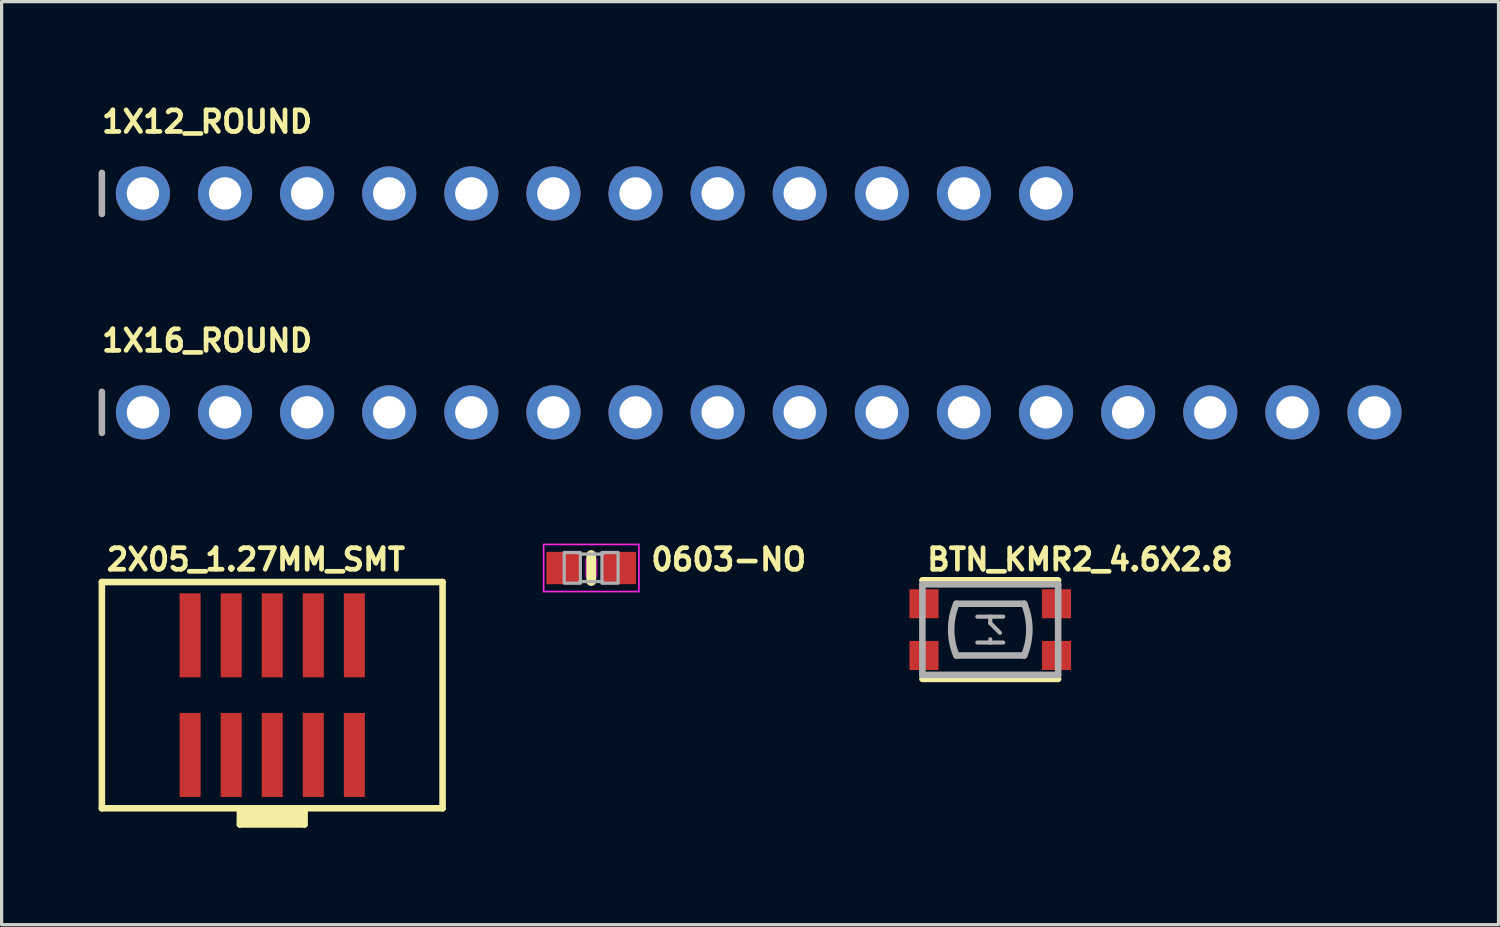
<source format=kicad_pcb>
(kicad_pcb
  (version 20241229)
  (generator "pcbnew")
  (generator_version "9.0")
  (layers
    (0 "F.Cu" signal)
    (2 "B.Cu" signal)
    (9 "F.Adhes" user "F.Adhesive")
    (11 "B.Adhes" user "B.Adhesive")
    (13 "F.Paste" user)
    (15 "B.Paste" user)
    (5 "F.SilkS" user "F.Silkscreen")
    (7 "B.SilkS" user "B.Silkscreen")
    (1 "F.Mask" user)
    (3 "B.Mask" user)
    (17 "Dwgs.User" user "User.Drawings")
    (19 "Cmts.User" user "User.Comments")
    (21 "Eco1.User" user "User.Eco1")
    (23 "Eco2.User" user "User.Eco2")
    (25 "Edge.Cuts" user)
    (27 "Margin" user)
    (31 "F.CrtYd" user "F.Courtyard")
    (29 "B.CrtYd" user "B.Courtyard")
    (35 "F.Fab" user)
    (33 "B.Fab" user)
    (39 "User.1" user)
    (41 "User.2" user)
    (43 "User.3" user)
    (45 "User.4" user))
  (footprint "1X16_ROUND"
    (layer "F.Cu")
    (at 20.422 9.707)
    (property "Reference" "1X16_ROUND" (at -20.396 -1.829 0) (layer "F.SilkS") (effects (font (size 0.666 0.666) (thickness 0.146)) (justify left bottom)))
    (fp_line (start -20.32 -0.635) (end -20.32 0.635) (stroke (width 0.203) (type solid)) (layer "F.Fab"))
    (fp_poly (pts (xy -19.304 0.254) (xy -18.796 0.254) (xy -18.796 -0.254) (xy -19.304 -0.254)) (stroke (width 0.1) (type solid)) (fill no) (layer "F.Fab"))
    (fp_poly (pts (xy -16.764 0.254) (xy -16.256 0.254) (xy -16.256 -0.254) (xy -16.764 -0.254)) (stroke (width 0.1) (type solid)) (fill no) (layer "F.Fab"))
    (fp_poly (pts (xy -14.224 0.254) (xy -13.716 0.254) (xy -13.716 -0.254) (xy -14.224 -0.254)) (stroke (width 0.1) (type solid)) (fill no) (layer "F.Fab"))
    (fp_poly (pts (xy -11.684 0.254) (xy -11.176 0.254) (xy -11.176 -0.254) (xy -11.684 -0.254)) (stroke (width 0.1) (type solid)) (fill no) (layer "F.Fab"))
    (fp_poly (pts (xy -9.144 0.254) (xy -8.636 0.254) (xy -8.636 -0.254) (xy -9.144 -0.254)) (stroke (width 0.1) (type solid)) (fill no) (layer "F.Fab"))
    (fp_poly (pts (xy -6.604 0.254) (xy -6.096 0.254) (xy -6.096 -0.254) (xy -6.604 -0.254)) (stroke (width 0.1) (type solid)) (fill no) (layer "F.Fab"))
    (fp_poly (pts (xy -4.064 0.254) (xy -3.556 0.254) (xy -3.556 -0.254) (xy -4.064 -0.254)) (stroke (width 0.1) (type solid)) (fill no) (layer "F.Fab"))
    (fp_poly (pts (xy -1.524 0.254) (xy -1.016 0.254) (xy -1.016 -0.254) (xy -1.524 -0.254)) (stroke (width 0.1) (type solid)) (fill no) (layer "F.Fab"))
    (fp_poly (pts (xy 1.016 0.254) (xy 1.524 0.254) (xy 1.524 -0.254) (xy 1.016 -0.254)) (stroke (width 0.1) (type solid)) (fill no) (layer "F.Fab"))
    (fp_poly (pts (xy 3.556 0.254) (xy 4.064 0.254) (xy 4.064 -0.254) (xy 3.556 -0.254)) (stroke (width 0.1) (type solid)) (fill no) (layer "F.Fab"))
    (fp_poly (pts (xy 6.096 0.254) (xy 6.604 0.254) (xy 6.604 -0.254) (xy 6.096 -0.254)) (stroke (width 0.1) (type solid)) (fill no) (layer "F.Fab"))
    (fp_poly (pts (xy 8.636 0.254) (xy 9.144 0.254) (xy 9.144 -0.254) (xy 8.636 -0.254)) (stroke (width 0.1) (type solid)) (fill no) (layer "F.Fab"))
    (fp_poly (pts (xy 11.176 0.254) (xy 11.684 0.254) (xy 11.684 -0.254) (xy 11.176 -0.254)) (stroke (width 0.1) (type solid)) (fill no) (layer "F.Fab"))
    (fp_poly (pts (xy 13.716 0.254) (xy 14.224 0.254) (xy 14.224 -0.254) (xy 13.716 -0.254)) (stroke (width 0.1) (type solid)) (fill no) (layer "F.Fab"))
    (fp_poly (pts (xy 16.256 0.254) (xy 16.764 0.254) (xy 16.764 -0.254) (xy 16.256 -0.254)) (stroke (width 0.1) (type solid)) (fill no) (layer "F.Fab"))
    (fp_poly (pts (xy 18.796 0.254) (xy 19.304 0.254) (xy 19.304 -0.254) (xy 18.796 -0.254)) (stroke (width 0.1) (type solid)) (fill no) (layer "F.Fab"))
    (pad "1" thru_hole circle (at -19.05 0 90) (size 1.676 1.676) (drill 1) (layers "*.Cu" "*.Mask"))
    (pad "2" thru_hole circle (at -16.51 0 90) (size 1.676 1.676) (drill 1) (layers "*.Cu" "*.Mask"))
    (pad "3" thru_hole circle (at -13.97 0 90) (size 1.676 1.676) (drill 1) (layers "*.Cu" "*.Mask"))
    (pad "4" thru_hole circle (at -11.43 0 90) (size 1.676 1.676) (drill 1) (layers "*.Cu" "*.Mask"))
    (pad "5" thru_hole circle (at -8.89 0 90) (size 1.676 1.676) (drill 1) (layers "*.Cu" "*.Mask"))
    (pad "6" thru_hole circle (at -6.35 0 90) (size 1.676 1.676) (drill 1) (layers "*.Cu" "*.Mask"))
    (pad "7" thru_hole circle (at -3.81 0 90) (size 1.676 1.676) (drill 1) (layers "*.Cu" "*.Mask"))
    (pad "8" thru_hole circle (at -1.27 0 90) (size 1.676 1.676) (drill 1) (layers "*.Cu" "*.Mask"))
    (pad "9" thru_hole circle (at 1.27 0 90) (size 1.676 1.676) (drill 1) (layers "*.Cu" "*.Mask"))
    (pad "10" thru_hole circle (at 3.81 0 90) (size 1.676 1.676) (drill 1) (layers "*.Cu" "*.Mask"))
    (pad "11" thru_hole circle (at 6.35 0 90) (size 1.676 1.676) (drill 1) (layers "*.Cu" "*.Mask"))
    (pad "12" thru_hole circle (at 8.89 0 90) (size 1.676 1.676) (drill 1) (layers "*.Cu" "*.Mask"))
    (pad "13" thru_hole circle (at 11.43 0 90) (size 1.676 1.676) (drill 1) (layers "*.Cu" "*.Mask"))
    (pad "14" thru_hole circle (at 13.97 0 90) (size 1.676 1.676) (drill 1) (layers "*.Cu" "*.Mask"))
    (pad "15" thru_hole circle (at 16.51 0 90) (size 1.676 1.676) (drill 1) (layers "*.Cu" "*.Mask"))
    (pad "16" thru_hole circle (at 19.05 0 90) (size 1.676 1.676) (drill 1) (layers "*.Cu" "*.Mask")))
  (footprint "1X12_ROUND"
    (layer "F.Cu")
    (at 15.342 2.934)
    (property "Reference" "1X12_ROUND" (at -15.316 -1.829 0) (layer "F.SilkS") (effects (font (size 0.666 0.666) (thickness 0.146)) (justify left bottom)))
    (fp_line (start -15.24 -0.635) (end -15.24 0.635) (stroke (width 0.203) (type solid)) (layer "F.Fab"))
    (fp_poly (pts (xy -14.224 0.254) (xy -13.716 0.254) (xy -13.716 -0.254) (xy -14.224 -0.254)) (stroke (width 0.1) (type solid)) (fill no) (layer "F.Fab"))
    (fp_poly (pts (xy -11.684 0.254) (xy -11.176 0.254) (xy -11.176 -0.254) (xy -11.684 -0.254)) (stroke (width 0.1) (type solid)) (fill no) (layer "F.Fab"))
    (fp_poly (pts (xy -9.144 0.254) (xy -8.636 0.254) (xy -8.636 -0.254) (xy -9.144 -0.254)) (stroke (width 0.1) (type solid)) (fill no) (layer "F.Fab"))
    (fp_poly (pts (xy -6.604 0.254) (xy -6.096 0.254) (xy -6.096 -0.254) (xy -6.604 -0.254)) (stroke (width 0.1) (type solid)) (fill no) (layer "F.Fab"))
    (fp_poly (pts (xy -4.064 0.254) (xy -3.556 0.254) (xy -3.556 -0.254) (xy -4.064 -0.254)) (stroke (width 0.1) (type solid)) (fill no) (layer "F.Fab"))
    (fp_poly (pts (xy -1.524 0.254) (xy -1.016 0.254) (xy -1.016 -0.254) (xy -1.524 -0.254)) (stroke (width 0.1) (type solid)) (fill no) (layer "F.Fab"))
    (fp_poly (pts (xy 1.016 0.254) (xy 1.524 0.254) (xy 1.524 -0.254) (xy 1.016 -0.254)) (stroke (width 0.1) (type solid)) (fill no) (layer "F.Fab"))
    (fp_poly (pts (xy 3.556 0.254) (xy 4.064 0.254) (xy 4.064 -0.254) (xy 3.556 -0.254)) (stroke (width 0.1) (type solid)) (fill no) (layer "F.Fab"))
    (fp_poly (pts (xy 6.096 0.254) (xy 6.604 0.254) (xy 6.604 -0.254) (xy 6.096 -0.254)) (stroke (width 0.1) (type solid)) (fill no) (layer "F.Fab"))
    (fp_poly (pts (xy 8.636 0.254) (xy 9.144 0.254) (xy 9.144 -0.254) (xy 8.636 -0.254)) (stroke (width 0.1) (type solid)) (fill no) (layer "F.Fab"))
    (fp_poly (pts (xy 11.176 0.254) (xy 11.684 0.254) (xy 11.684 -0.254) (xy 11.176 -0.254)) (stroke (width 0.1) (type solid)) (fill no) (layer "F.Fab"))
    (fp_poly (pts (xy 13.716 0.254) (xy 14.224 0.254) (xy 14.224 -0.254) (xy 13.716 -0.254)) (stroke (width 0.1) (type solid)) (fill no) (layer "F.Fab"))
    (pad "1" thru_hole circle (at -13.97 0 90) (size 1.676 1.676) (drill 1) (layers "*.Cu" "*.Mask"))
    (pad "2" thru_hole circle (at -11.43 0 90) (size 1.676 1.676) (drill 1) (layers "*.Cu" "*.Mask"))
    (pad "3" thru_hole circle (at -8.89 0 90) (size 1.676 1.676) (drill 1) (layers "*.Cu" "*.Mask"))
    (pad "4" thru_hole circle (at -6.35 0 90) (size 1.676 1.676) (drill 1) (layers "*.Cu" "*.Mask"))
    (pad "5" thru_hole circle (at -3.81 0 90) (size 1.676 1.676) (drill 1) (layers "*.Cu" "*.Mask"))
    (pad "6" thru_hole circle (at -1.27 0 90) (size 1.676 1.676) (drill 1) (layers "*.Cu" "*.Mask"))
    (pad "7" thru_hole circle (at 1.27 0 90) (size 1.676 1.676) (drill 1) (layers "*.Cu" "*.Mask"))
    (pad "8" thru_hole circle (at 3.81 0 90) (size 1.676 1.676) (drill 1) (layers "*.Cu" "*.Mask"))
    (pad "9" thru_hole circle (at 6.35 0 90) (size 1.676 1.676) (drill 1) (layers "*.Cu" "*.Mask"))
    (pad "10" thru_hole circle (at 8.89 0 90) (size 1.676 1.676) (drill 1) (layers "*.Cu" "*.Mask"))
    (pad "11" thru_hole circle (at 11.43 0 90) (size 1.676 1.676) (drill 1) (layers "*.Cu" "*.Mask"))
    (pad "12" thru_hole circle (at 13.97 0 90) (size 1.676 1.676) (drill 1) (layers "*.Cu" "*.Mask")))
  (footprint "2X05_1.27MM_SMT"
    (layer "F.Cu")
    (at 5.372 18.456)
    (property "Reference" "2X05_1.27MM_SMT" (at -5.199 -3.806 0) (layer "F.SilkS") (effects (font (size 0.666 0.666) (thickness 0.146)) (justify left bottom)))
    (fp_line (start -5.27 -3.5) (end 5.27 -3.5) (stroke (width 0.203) (type solid)) (layer "F.SilkS"))
    (fp_line (start -5.27 3.5) (end -5.27 -3.5) (stroke (width 0.203) (type solid)) (layer "F.SilkS"))
    (fp_line (start -1 3.5) (end -5.27 3.5) (stroke (width 0.203) (type solid)) (layer "F.SilkS"))
    (fp_line (start -1 3.5) (end -1 4) (stroke (width 0.203) (type solid)) (layer "F.SilkS"))
    (fp_line (start -1 4) (end 1 4) (stroke (width 0.203) (type solid)) (layer "F.SilkS"))
    (fp_line (start 1 3.5) (end -1 3.5) (stroke (width 0.203) (type solid)) (layer "F.SilkS"))
    (fp_line (start 1 4) (end 1 3.5) (stroke (width 0.203) (type solid)) (layer "F.SilkS"))
    (fp_line (start 5.27 -3.5) (end 5.27 3.5) (stroke (width 0.203) (type solid)) (layer "F.SilkS"))
    (fp_line (start 5.27 3.5) (end 1 3.5) (stroke (width 0.203) (type solid)) (layer "F.SilkS"))
    (fp_poly (pts (xy 1.079 4) (xy -1.079 4) (xy -1.079 3.493) (xy 1.079 3.493)) (stroke (width 0) (type solid)) (fill yes) (layer "F.SilkS"))
    (pad "1" smd rect (at -2.54 1.85) (size 0.65 2.6) (layers "F.Cu" "F.Mask" "F.Paste"))
    (pad "2" smd rect (at -2.54 -1.85) (size 0.65 2.6) (layers "F.Cu" "F.Mask" "F.Paste"))
    (pad "3" smd rect (at -1.27 1.85) (size 0.65 2.6) (layers "F.Cu" "F.Mask" "F.Paste"))
    (pad "4" smd rect (at -1.27 -1.85) (size 0.65 2.6) (layers "F.Cu" "F.Mask" "F.Paste"))
    (pad "5" smd rect (at 0 1.85) (size 0.65 2.6) (layers "F.Cu" "F.Mask" "F.Paste"))
    (pad "6" smd rect (at 0 -1.85) (size 0.65 2.6) (layers "F.Cu" "F.Mask" "F.Paste"))
    (pad "7" smd rect (at 1.27 1.85) (size 0.65 2.6) (layers "F.Cu" "F.Mask" "F.Paste"))
    (pad "8" smd rect (at 1.27 -1.85) (size 0.65 2.6) (layers "F.Cu" "F.Mask" "F.Paste"))
    (pad "9" smd rect (at 2.54 1.85) (size 0.65 2.6) (layers "F.Cu" "F.Mask" "F.Paste"))
    (pad "10" smd rect (at 2.54 -1.85) (size 0.65 2.6) (layers "F.Cu" "F.Mask" "F.Paste")))
  (footprint "BTN_KMR2_4.6X2.8"
    (layer "F.Cu")
    (at 27.586 16.428)
    (property "Reference" "BTN_KMR2_4.6X2.8" (at -2.032 -1.778 0) (layer "F.SilkS") (effects (font (size 0.666 0.666) (thickness 0.146)) (justify left bottom)))
    (fp_line (start -2.1 -1.525) (end 2.1 -1.525) (stroke (width 0.203) (type solid)) (layer "F.SilkS"))
    (fp_line (start 2.1 1.525) (end -2.1 1.525) (stroke (width 0.203) (type solid)) (layer "F.SilkS"))
    (fp_line (start -2.1 -1.4) (end 2.1 -1.4) (stroke (width 0.203) (type solid)) (layer "F.Fab"))
    (fp_line (start -2.1 1.4) (end -2.1 -1.4) (stroke (width 0.203) (type solid)) (layer "F.Fab"))
    (fp_line (start -1.05 -0.8) (end 1.05 -0.8) (stroke (width 0.203) (type solid)) (layer "F.Fab"))
    (fp_line (start -0.4 -0.4) (end 0 -0.4) (stroke (width 0.127) (type solid)) (layer "F.Fab"))
    (fp_line (start -0.4 0.4) (end 0 0.4) (stroke (width 0.127) (type solid)) (layer "F.Fab"))
    (fp_line (start 0 -0.4) (end 0 -0.2) (stroke (width 0.127) (type solid)) (layer "F.Fab"))
    (fp_line (start 0 -0.4) (end 0.4 -0.4) (stroke (width 0.127) (type solid)) (layer "F.Fab"))
    (fp_line (start 0 -0.2) (end 0.3 0.1) (stroke (width 0.127) (type solid)) (layer "F.Fab"))
    (fp_line (start 0 0.4) (end 0 0.3) (stroke (width 0.127) (type solid)) (layer "F.Fab"))
    (fp_line (start 0 0.4) (end 0.4 0.4) (stroke (width 0.127) (type solid)) (layer "F.Fab"))
    (fp_line (start 1.05 0.8) (end -1.05 0.8) (stroke (width 0.203) (type solid)) (layer "F.Fab"))
    (fp_line (start 2.1 -1.4) (end 2.1 1.4) (stroke (width 0.203) (type solid)) (layer "F.Fab"))
    (fp_line (start 2.1 1.4) (end -2.1 1.4) (stroke (width 0.203) (type solid)) (layer "F.Fab"))
    (fp_arc (start -1.05 0.8) (mid -1.209128 0) (end -1.05 -0.799999) (stroke (width 0.2032) (type solid)) (layer "F.Fab"))
    (fp_arc (start 1.05 -0.8) (mid 1.209128 0) (end 1.05 0.799999) (stroke (width 0.2032) (type solid)) (layer "F.Fab"))
    (pad "A" smd rect (at 2.05 -0.8) (size 0.9 0.9) (layers "F.Cu" "F.Mask" "F.Paste"))
    (pad "A'" smd rect (at -2.05 -0.8) (size 0.9 0.9) (layers "F.Cu" "F.Mask" "F.Paste"))
    (pad "B" smd rect (at 2.05 0.8) (size 0.9 0.9) (layers "F.Cu" "F.Mask" "F.Paste"))
    (pad "B'" smd rect (at -2.05 0.8) (size 0.9 0.9) (layers "F.Cu" "F.Mask" "F.Paste")))
  (footprint "0603-NO"
    (layer "F.Cu")
    (at 15.242 14.523)
    (property "Reference" "0603-NO" (at 1.778 0.127 0) (layer "F.SilkS") (effects (font (size 0.666 0.666) (thickness 0.146)) (justify left bottom)))
    (fp_line (start 0 -0.4) (end 0 0.4) (stroke (width 0.305) (type solid)) (layer "F.SilkS"))
    (fp_poly (pts (xy -0.2 0.3) (xy 0.2 0.3) (xy 0.2 -0.3) (xy -0.2 -0.3)) (stroke (width 0) (type solid)) (fill yes) (layer "F.Adhes"))
    (fp_line (start -1.473 -0.729) (end 1.473 -0.729) (stroke (width 0.051) (type solid)) (layer "F.CrtYd"))
    (fp_line (start -1.473 0.729) (end -1.473 -0.729) (stroke (width 0.051) (type solid)) (layer "F.CrtYd"))
    (fp_line (start 1.473 -0.729) (end 1.473 0.729) (stroke (width 0.051) (type solid)) (layer "F.CrtYd"))
    (fp_line (start 1.473 0.729) (end -1.473 0.729) (stroke (width 0.051) (type solid)) (layer "F.CrtYd"))
    (fp_line (start -0.356 -0.432) (end 0.356 -0.432) (stroke (width 0.102) (type solid)) (layer "F.Fab"))
    (fp_line (start -0.356 0.419) (end 0.356 0.419) (stroke (width 0.102) (type solid)) (layer "F.Fab"))
    (fp_poly (pts (xy -0.838 0.47) (xy -0.338 0.47) (xy -0.338 -0.48) (xy -0.838 -0.48)) (stroke (width 0.1) (type solid)) (fill no) (layer "F.Fab"))
    (fp_poly (pts (xy 0.33 0.47) (xy 0.83 0.47) (xy 0.83 -0.48) (xy 0.33 -0.48)) (stroke (width 0.1) (type solid)) (fill no) (layer "F.Fab"))
    (pad "1" smd rect (at -0.85 0) (size 1.075 1) (layers "F.Cu" "F.Mask" "F.Paste"))
    (pad "2" smd rect (at 0.85 0) (size 1.075 1) (layers "F.Cu" "F.Mask" "F.Paste")))
  (gr_rect
    (start -3 -3)
    (end 43.31 25.558)
    (stroke (width 0.1) (type default))
    (fill no)
    (layer "Edge.Cuts")))
</source>
